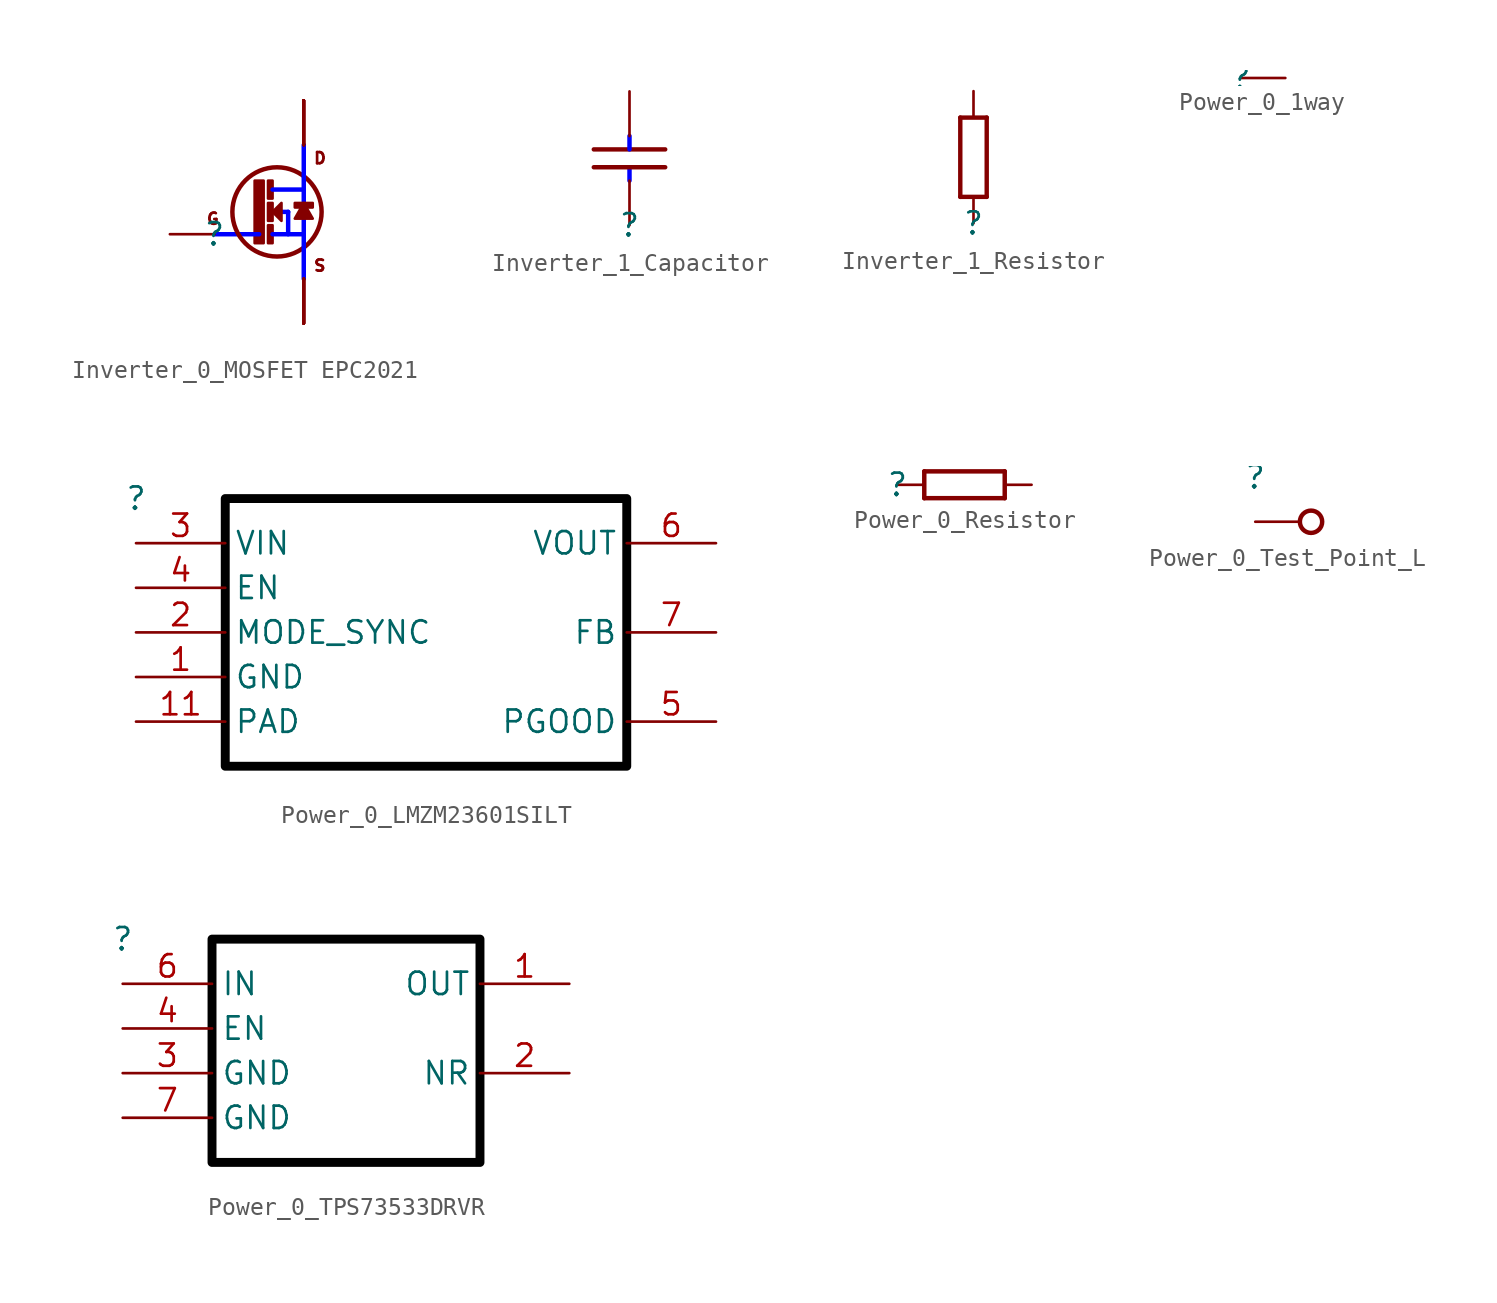
<source format=kicad_sym>
(kicad_symbol_lib
  (version 20220914)
  (generator kicad_symbol_editor)
  (symbol "Inverter_0_MOSFET EPC2021"
    (property "Reference" ""
      (at 0 0 0)
      (effects (font (size 1.27 1.27))))
    (property "Value" ""
      (at 0 0 0)
      (effects (font (size 1.27 1.27))))
    (symbol "Inverter_0_MOSFET EPC2021_1_0"
      (polyline (pts (xy 2.54 0) (xy 0 0)) (stroke (width 0.254) (type solid) (color 0 0 255 1)) (fill (type none)))
      (polyline (pts (xy 3.175 1.27) (xy 4.191 1.27)) (stroke (width 0.254) (type solid) (color 0 0 255 1)) (fill (type none)))
      (polyline (pts (xy 3.302 0) (xy 5.08 0)) (stroke (width 0.254) (type solid) (color 0 0 255 1)) (fill (type none)))
      (polyline (pts (xy 3.302 2.54) (xy 5.08 2.54)) (stroke (width 0.254) (type solid) (color 0 0 255 1)) (fill (type none)))
      (polyline (pts (xy 4.191 1.27) (xy 4.191 0)) (stroke (width 0.254) (type solid) (color 0 0 255 1)) (fill (type none)))
      (polyline (pts (xy 5.08 -2.54) (xy 5.08 0)) (stroke (width 0.254) (type solid) (color 0 0 255 1)) (fill (type none)))
      (polyline (pts (xy 5.08 2.54) (xy 5.08 0)) (stroke (width 0.254) (type solid) (color 0 0 255 1)) (fill (type none)))
      (polyline (pts (xy 5.08 5.08) (xy 5.08 2.54)) (stroke (width 0.254) (type solid) (color 0 0 255 1)) (fill (type none)))
      (polyline (pts (xy 3.302 1.27) (xy 3.81 1.778) (xy 3.81 0.762) (xy 3.302 1.27)) (stroke (width 0) (type solid)) (fill (type outline)))
      (polyline (pts (xy 5.08 1.778) (xy 4.572 0.889) (xy 5.588 0.889) (xy 5.08 1.778)) (stroke (width 0) (type solid)) (fill (type outline)))
      (polyline (pts (xy 2.286 -0.508) (xy 2.794 -0.508) (xy 2.794 3.048) (xy 2.286 3.048) (xy 2.286 -0.508)) (stroke (width 0) (type solid)) (fill (type outline)))
      (rectangle (start 3.302 0.508) (end 3.048 -0.508) (stroke (width 0) (type solid)) (fill (type outline)))
      (rectangle (start 3.302 1.778) (end 3.048 0.762) (stroke (width 0) (type solid)) (fill (type outline)))
      (rectangle (start 3.302 3.048) (end 3.048 2.032) (stroke (width 0) (type solid)) (fill (type outline)))
      (circle (center 3.556 1.27) (radius 2.54) (stroke (width 0.254) (type solid)) (fill (type none)))
      (rectangle (start 5.588 1.778) (end 4.572 1.524) (stroke (width 0) (type solid)) (fill (type outline)))
      (text "D" (at 5.588 4.699 0) (effects (font (size 0.635 0.635)) (justify left top)))
      (text "G" (at -0.508 0.508 0) (effects (font (size 0.635 0.635)) (justify left bottom)))
      (text "S" (at 5.588 -2.159 0) (effects (font (size 0.635 0.635)) (justify left bottom)))
      (pin passive line (at -2.54 0 0) (length 2.54) (name "G" (effects (font (size 0 0)))) (number "1" (effects (font (size 0 0)))))
      (pin passive line (at 5.08 -5.08 90) (length 2.54) (name "S5" (effects (font (size 0 0)))) (number "10" (effects (font (size 0 0)))))
      (pin passive line (at 5.08 7.62 270) (length 2.54) (name "D5" (effects (font (size 0 0)))) (number "11" (effects (font (size 0 0)))))
      (pin passive line (at 5.08 7.62 270) (length 2.54) (name "D6" (effects (font (size 0 0)))) (number "12" (effects (font (size 0 0)))))
      (pin passive line (at 5.08 -5.08 90) (length 2.54) (name "S6" (effects (font (size 0 0)))) (number "13" (effects (font (size 0 0)))))
      (pin passive line (at 5.08 -5.08 90) (length 2.54) (name "S7" (effects (font (size 0 0)))) (number "14" (effects (font (size 0 0)))))
      (pin passive line (at 5.08 7.62 270) (length 2.54) (name "D7" (effects (font (size 0 0)))) (number "15" (effects (font (size 0 0)))))
      (pin passive line (at 5.08 7.62 270) (length 2.54) (name "D8" (effects (font (size 0 0)))) (number "16" (effects (font (size 0 0)))))
      (pin passive line (at 5.08 -5.08 90) (length 2.54) (name "S8" (effects (font (size 0 0)))) (number "17" (effects (font (size 0 0)))))
      (pin passive line (at 5.08 -5.08 90) (length 2.54) (name "S9" (effects (font (size 0 0)))) (number "18" (effects (font (size 0 0)))))
      (pin passive line (at 5.08 7.62 270) (length 2.54) (name "D9" (effects (font (size 0 0)))) (number "19" (effects (font (size 0 0)))))
      (pin passive line (at 5.08 -5.08 90) (length 2.54) (name "S1" (effects (font (size 0 0)))) (number "2" (effects (font (size 0 0)))))
      (pin passive line (at 5.08 7.62 270) (length 2.54) (name "D10" (effects (font (size 0 0)))) (number "20" (effects (font (size 0 0)))))
      (pin passive line (at 5.08 -5.08 90) (length 2.54) (name "S10" (effects (font (size 0 0)))) (number "21" (effects (font (size 0 0)))))
      (pin passive line (at 5.08 -5.08 90) (length 2.54) (name "S11" (effects (font (size 0 0)))) (number "22" (effects (font (size 0 0)))))
      (pin passive line (at 5.08 7.62 270) (length 2.54) (name "D11" (effects (font (size 0 0)))) (number "23" (effects (font (size 0 0)))))
      (pin passive line (at 5.08 7.62 270) (length 2.54) (name "D12" (effects (font (size 0 0)))) (number "24" (effects (font (size 0 0)))))
      (pin passive line (at 5.08 -5.08 90) (length 2.54) (name "S12" (effects (font (size 0 0)))) (number "25" (effects (font (size 0 0)))))
      (pin passive line (at 5.08 -5.08 90) (length 2.54) (name "S13" (effects (font (size 0 0)))) (number "26" (effects (font (size 0 0)))))
      (pin passive line (at 5.08 7.62 270) (length 2.54) (name "D13" (effects (font (size 0 0)))) (number "27" (effects (font (size 0 0)))))
      (pin passive line (at 5.08 7.62 270) (length 2.54) (name "D14" (effects (font (size 0 0)))) (number "28" (effects (font (size 0 0)))))
      (pin passive line (at 5.08 -5.08 90) (length 2.54) (name "S14" (effects (font (size 0 0)))) (number "29" (effects (font (size 0 0)))))
      (pin passive line (at 5.08 7.62 270) (length 2.54) (name "D1" (effects (font (size 0 0)))) (number "3" (effects (font (size 0 0)))))
      (pin passive line (at 5.08 -5.08 90) (length 2.54) (name "Sub" (effects (font (size 0 0)))) (number "30" (effects (font (size 0 0)))))
      (pin passive line (at 5.08 7.62 270) (length 2.54) (name "D2" (effects (font (size 0 0)))) (number "4" (effects (font (size 0 0)))))
      (pin passive line (at 5.08 -5.08 90) (length 2.54) (name "S2" (effects (font (size 0 0)))) (number "5" (effects (font (size 0 0)))))
      (pin passive line (at 5.08 -5.08 90) (length 2.54) (name "S3" (effects (font (size 0 0)))) (number "6" (effects (font (size 0 0)))))
      (pin passive line (at 5.08 7.62 270) (length 2.54) (name "D3" (effects (font (size 0 0)))) (number "7" (effects (font (size 0 0)))))
      (pin passive line (at 5.08 7.62 270) (length 2.54) (name "D4" (effects (font (size 0 0)))) (number "8" (effects (font (size 0 0)))))
      (pin passive line (at 5.08 -5.08 90) (length 2.54) (name "S4" (effects (font (size 0 0)))) (number "9" (effects (font (size 0 0)))))))
  (symbol "Inverter_1_Capacitor"
    (property "Reference" ""
      (at 0 0 0)
      (effects (font (size 1.27 1.27))))
    (property "Value" ""
      (at 0 0 0)
      (effects (font (size 1.27 1.27))))
    (symbol "Inverter_1_Capacitor_1_0"
      (polyline (pts (xy -2.032 4.318) (xy 2.032 4.318)) (stroke (width 0.254) (type solid)) (fill (type none)))
      (polyline (pts (xy 0 2.54) (xy 0 3.302)) (stroke (width 0.254) (type solid) (color 0 0 255 1)) (fill (type none)))
      (polyline (pts (xy 0 5.08) (xy 0 4.318)) (stroke (width 0.254) (type solid) (color 0 0 255 1)) (fill (type none)))
      (polyline (pts (xy 2.032 3.302) (xy -2.032 3.302)) (stroke (width 0.254) (type solid)) (fill (type none)))
      (pin passive line (at 0 0 90) (length 2.54) (name "1" (effects (font (size 0 0)))) (number "1" (effects (font (size 0 0)))))
      (pin passive line (at 0 7.62 270) (length 2.54) (name "2" (effects (font (size 0 0)))) (number "2" (effects (font (size 0 0)))))))
  (symbol "Inverter_1_Resistor"
    (property "Reference" ""
      (at 0 0 0)
      (effects (font (size 1.27 1.27))))
    (property "Value" ""
      (at 0 0 0)
      (effects (font (size 1.27 1.27))))
    (symbol "Inverter_1_Resistor_1_0"
      (polyline (pts (xy -0.762 1.524) (xy 0.762 1.524)) (stroke (width 0.254) (type solid)) (fill (type none)))
      (polyline (pts (xy -0.762 6.096) (xy -0.762 1.524)) (stroke (width 0.254) (type solid)) (fill (type none)))
      (polyline (pts (xy 0.762 1.524) (xy 0.762 6.096)) (stroke (width 0.254) (type solid)) (fill (type none)))
      (polyline (pts (xy 0.762 6.096) (xy -0.762 6.096)) (stroke (width 0.254) (type solid)) (fill (type none)))
      (pin passive line (at 0 0 90) (length 1.524) (name "1" (effects (font (size 0 0)))) (number "1" (effects (font (size 0 0)))))
      (pin passive line (at 0 7.62 270) (length 1.524) (name "2" (effects (font (size 0 0)))) (number "2" (effects (font (size 0 0)))))))
  (symbol "Power_0_1way"
    (property "Reference" ""
      (at 0 0 0)
      (effects (font (size 1.27 1.27))))
    (property "Value" ""
      (at 0 0 0)
      (effects (font (size 1.27 1.27))))
    (symbol "Power_0_1way_1_0"
      (pin passive line (at 2.54 0 180) (length 2.54) (name "1" (effects (font (size 0 0)))) (number "1" (effects (font (size 0 0)))))))
  (symbol "Power_0_LMZM23601SILT"
    (property "Reference" ""
      (at 0 0 0)
      (effects (font (size 1.27 1.27))))
    (property "Value" ""
      (at 0 0 0)
      (effects (font (size 1.27 1.27))))
    (symbol "Power_0_LMZM23601SILT_1_0"
      (polyline (pts (xy 5.08 0) (xy 5.08 -15.24) (xy 27.94 -15.24) (xy 27.94 0) (xy 5.08 0)) (stroke (width 0.508) (type solid) (color 0 0 0 1)) (fill (type none)))
      (pin power_in line (at 0 -10.16 0) (length 5.08) (name "GND" (effects (font (size 1.27 1.27)))) (number "1" (effects (font (size 1.27 1.27)))))
      (pin power_in line (at 0 -12.7 0) (length 5.08) (name "PAD" (effects (font (size 1.27 1.27)))) (number "11" (effects (font (size 1.27 1.27)))))
      (pin input line (at 0 -7.62 0) (length 5.08) (name "MODE_SYNC" (effects (font (size 1.27 1.27)))) (number "2" (effects (font (size 1.27 1.27)))))
      (pin power_in line (at 0 -2.54 0) (length 5.08) (name "VIN" (effects (font (size 1.27 1.27)))) (number "3" (effects (font (size 1.27 1.27)))))
      (pin input line (at 0 -5.08 0) (length 5.08) (name "EN" (effects (font (size 1.27 1.27)))) (number "4" (effects (font (size 1.27 1.27)))))
      (pin open_collector line (at 33.02 -12.7 180) (length 5.08) (name "PGOOD" (effects (font (size 1.27 1.27)))) (number "5" (effects (font (size 1.27 1.27)))))
      (pin power_out line (at 33.02 -2.54 180) (length 5.08) (name "VOUT" (effects (font (size 1.27 1.27)))) (number "6" (effects (font (size 1.27 1.27)))))
      (pin input line (at 33.02 -7.62 180) (length 5.08) (name "FB" (effects (font (size 1.27 1.27)))) (number "7" (effects (font (size 1.27 1.27)))))))
  (symbol "Power_0_Resistor"
    (property "Reference" ""
      (at 0 0 0)
      (effects (font (size 1.27 1.27))))
    (property "Value" ""
      (at 0 0 0)
      (effects (font (size 1.27 1.27))))
    (symbol "Power_0_Resistor_1_0"
      (polyline (pts (xy 1.524 -0.762) (xy 6.096 -0.762)) (stroke (width 0.254) (type solid)) (fill (type none)))
      (polyline (pts (xy 1.524 0.762) (xy 1.524 -0.762)) (stroke (width 0.254) (type solid)) (fill (type none)))
      (polyline (pts (xy 6.096 -0.762) (xy 6.096 0.762)) (stroke (width 0.254) (type solid)) (fill (type none)))
      (polyline (pts (xy 6.096 0.762) (xy 1.524 0.762)) (stroke (width 0.254) (type solid)) (fill (type none)))
      (pin passive line (at 0 0 0) (length 1.524) (name "1" (effects (font (size 0 0)))) (number "1" (effects (font (size 0 0)))))
      (pin passive line (at 7.62 0 180) (length 1.524) (name "2" (effects (font (size 0 0)))) (number "2" (effects (font (size 0 0)))))))
  (symbol "Power_0_Test_Point_L"
    (property "Reference" ""
      (at 0 0 0)
      (effects (font (size 1.27 1.27))))
    (property "Value" ""
      (at 0 0 0)
      (effects (font (size 1.27 1.27))))
    (symbol "Power_0_Test_Point_L_1_0"
      (circle (center 3.175 -2.54) (radius 0.635) (stroke (width 0.254) (type solid)) (fill (type none)))
      (pin passive line (at 0 -2.54 0) (length 2.54) (name "1" (effects (font (size 0 0)))) (number "1" (effects (font (size 0 0)))))))
  (symbol "Power_0_TPS73533DRVR"
    (property "Reference" ""
      (at 0 0 0)
      (effects (font (size 1.27 1.27))))
    (property "Value" ""
      (at 0 0 0)
      (effects (font (size 1.27 1.27))))
    (symbol "Power_0_TPS73533DRVR_1_0"
      (polyline (pts (xy 5.08 0) (xy 5.08 -12.7) (xy 20.32 -12.7) (xy 20.32 0) (xy 5.08 0)) (stroke (width 0.508) (type solid) (color 0 0 0 1)) (fill (type none)))
      (pin power_out line (at 25.4 -2.54 180) (length 5.08) (name "OUT" (effects (font (size 1.27 1.27)))) (number "1" (effects (font (size 1.27 1.27)))))
      (pin passive line (at 25.4 -7.62 180) (length 5.08) (name "NR" (effects (font (size 1.27 1.27)))) (number "2" (effects (font (size 1.27 1.27)))))
      (pin power_in line (at 0 -7.62 0) (length 5.08) (name "GND" (effects (font (size 1.27 1.27)))) (number "3" (effects (font (size 1.27 1.27)))))
      (pin input line (at 0 -5.08 0) (length 5.08) (name "EN" (effects (font (size 1.27 1.27)))) (number "4" (effects (font (size 1.27 1.27)))))
      (pin power_in line (at 0 -2.54 0) (length 5.08) (name "IN" (effects (font (size 1.27 1.27)))) (number "6" (effects (font (size 1.27 1.27)))))
      (pin power_in line (at 0 -10.16 0) (length 5.08) (name "GND" (effects (font (size 1.27 1.27)))) (number "7" (effects (font (size 1.27 1.27))))))))
</source>
